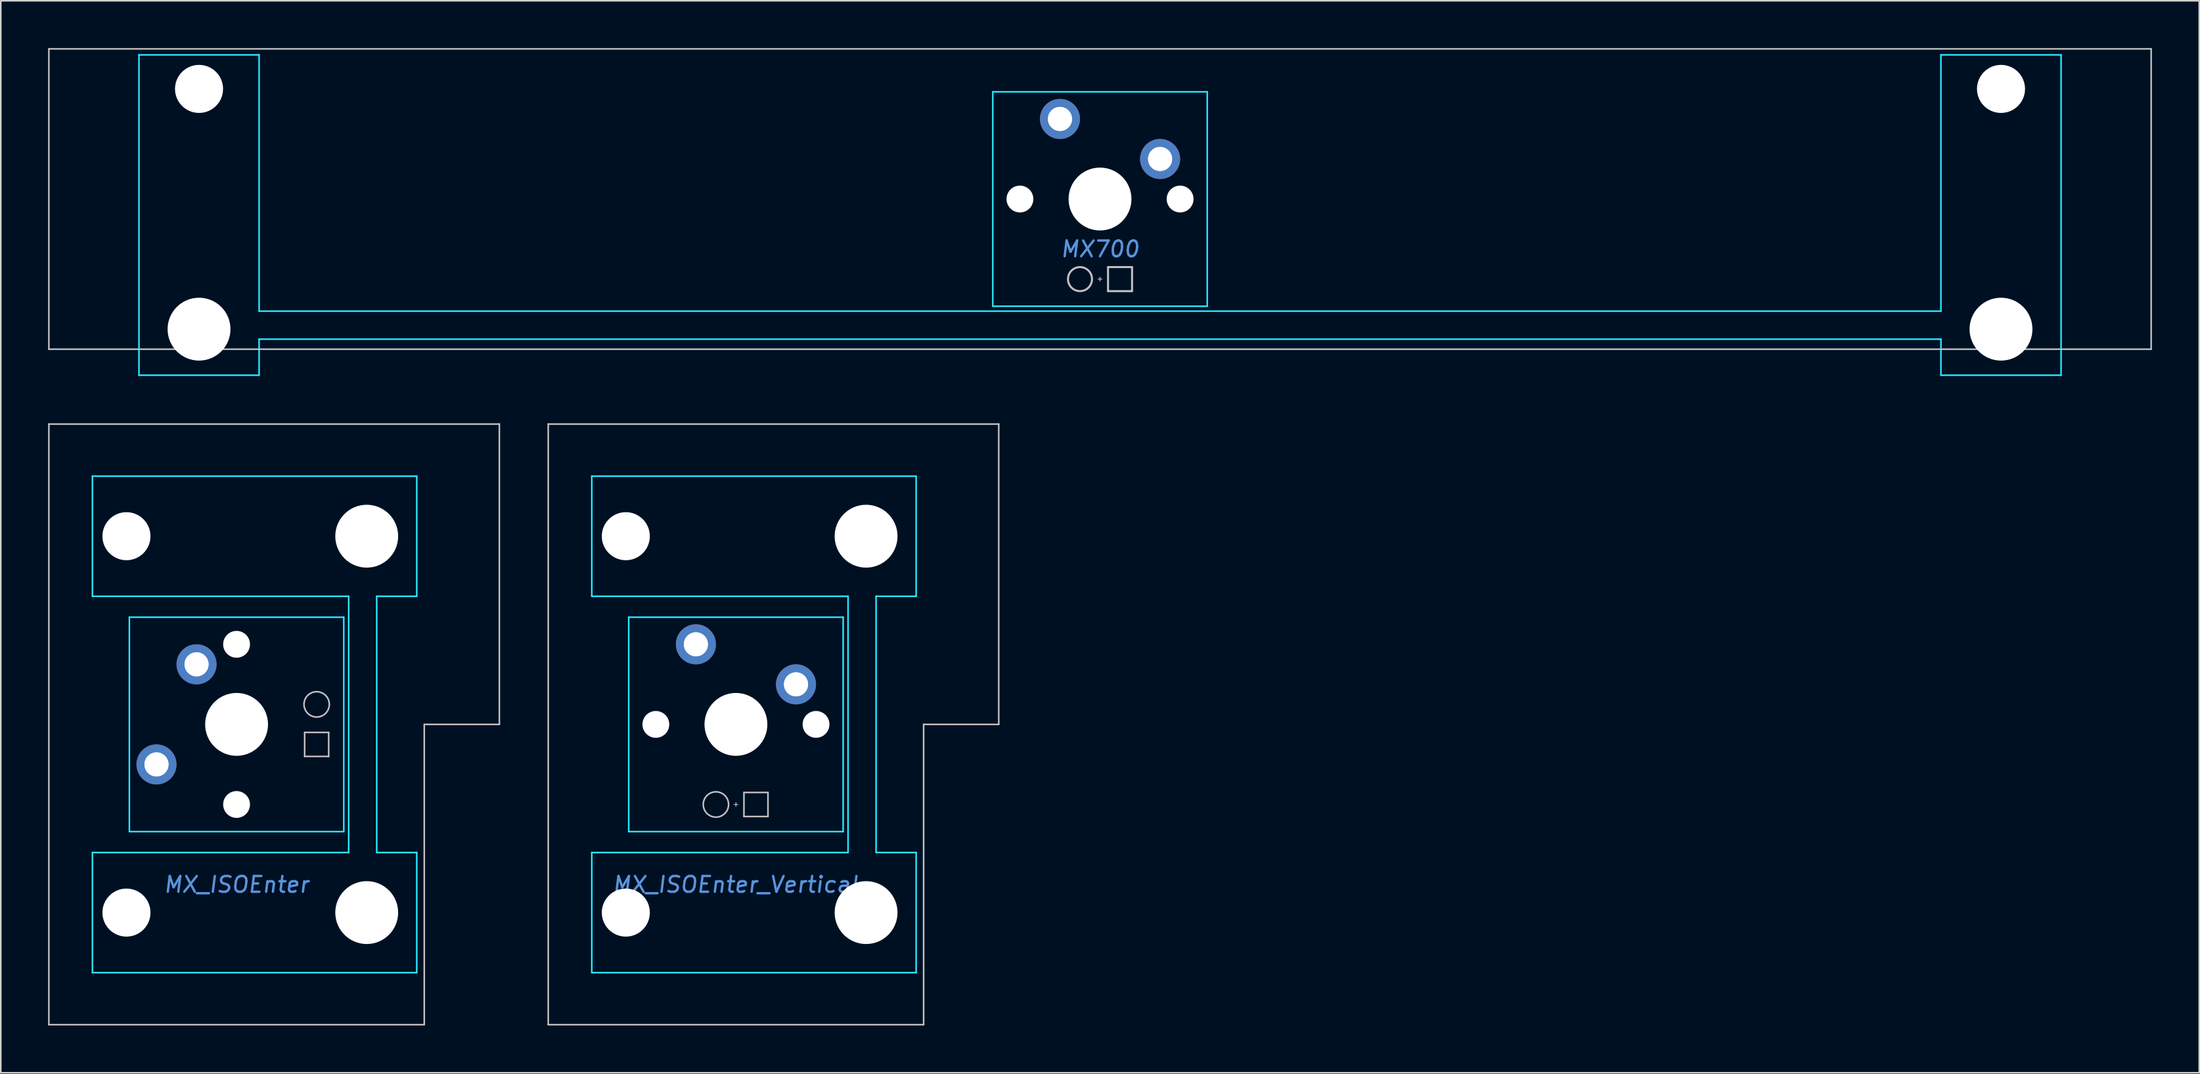
<source format=kicad_pcb>
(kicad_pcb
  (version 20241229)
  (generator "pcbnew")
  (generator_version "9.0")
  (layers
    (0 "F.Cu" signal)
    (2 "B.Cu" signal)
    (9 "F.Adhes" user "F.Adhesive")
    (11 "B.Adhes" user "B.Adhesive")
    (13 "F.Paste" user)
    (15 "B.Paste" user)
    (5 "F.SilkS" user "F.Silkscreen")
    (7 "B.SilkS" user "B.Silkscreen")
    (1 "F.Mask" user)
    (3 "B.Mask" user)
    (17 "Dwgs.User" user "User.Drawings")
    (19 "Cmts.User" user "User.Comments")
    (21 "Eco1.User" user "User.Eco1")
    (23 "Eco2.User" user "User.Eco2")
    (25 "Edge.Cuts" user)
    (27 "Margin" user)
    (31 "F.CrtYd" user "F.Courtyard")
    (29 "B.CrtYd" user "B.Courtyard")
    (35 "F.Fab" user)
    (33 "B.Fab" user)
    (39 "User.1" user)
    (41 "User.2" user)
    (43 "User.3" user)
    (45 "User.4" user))
  (footprint "MX_ISOEnter"
    (layer "F.Cu")
    (at 11.956 42.901)
    (property "Reference" "MX_ISOEnter" (at 0 10.16 0) (layer "Cmts.User") (effects (font (size 1 1) (thickness 0.15) (italic yes))))
    (attr through_hole)
    (fp_line (start -11.906 19.05) (end -11.906 -19.05) (stroke (width 0.1) (type solid)) (layer "Dwgs.User"))
    (fp_line (start -0.127 5.08) (end 0.127 5.08) (stroke (width 0.05) (type solid)) (layer "Dwgs.User"))
    (fp_line (start 0 5.207) (end 0 4.953) (stroke (width 0.05) (type solid)) (layer "Dwgs.User"))
    (fp_line (start 4.318 0.508) (end 4.318 2.032) (stroke (width 0.1) (type solid)) (layer "Dwgs.User"))
    (fp_line (start 4.318 0.508) (end 5.842 0.508) (stroke (width 0.1) (type solid)) (layer "Dwgs.User"))
    (fp_line (start 4.318 2.032) (end 5.842 2.032) (stroke (width 0.1) (type solid)) (layer "Dwgs.User"))
    (fp_line (start 5.842 2.032) (end 5.842 0.508) (stroke (width 0.1) (type solid)) (layer "Dwgs.User"))
    (fp_line (start 11.906 19.05) (end -11.906 19.05) (stroke (width 0.1) (type solid)) (layer "Dwgs.User"))
    (fp_line (start 11.906 19.05) (end 11.906 0) (stroke (width 0.1) (type solid)) (layer "Dwgs.User"))
    (fp_line (start 16.669 -19.05) (end -11.906 -19.05) (stroke (width 0.1) (type solid)) (layer "Dwgs.User"))
    (fp_line (start 16.669 0) (end 11.906 0) (stroke (width 0.1) (type solid)) (layer "Dwgs.User"))
    (fp_line (start 16.669 0) (end 16.669 -19.05) (stroke (width 0.1) (type solid)) (layer "Dwgs.User"))
    (fp_circle (center 5.08 -1.27) (end 5.883 -1.27) (stroke (width 0.1) (type solid)) (fill no) (layer "Dwgs.User"))
    (fp_line (start -9.144 -15.748) (end 11.43 -15.748) (stroke (width 0.1) (type solid)) (layer "B.CrtYd"))
    (fp_line (start -9.144 -8.128) (end -9.144 -15.748) (stroke (width 0.1) (type solid)) (layer "B.CrtYd"))
    (fp_line (start -9.144 -8.128) (end 7.112 -8.128) (stroke (width 0.1) (type solid)) (layer "B.CrtYd"))
    (fp_line (start -9.144 8.128) (end 7.112 8.128) (stroke (width 0.1) (type solid)) (layer "B.CrtYd"))
    (fp_line (start -9.144 15.748) (end -9.144 8.128) (stroke (width 0.1) (type solid)) (layer "B.CrtYd"))
    (fp_line (start -6.8 6.8) (end -6.8 -6.8) (stroke (width 0.1) (type solid)) (layer "B.CrtYd"))
    (fp_line (start 6.8 -6.8) (end -6.8 -6.8) (stroke (width 0.1) (type solid)) (layer "B.CrtYd"))
    (fp_line (start 6.8 6.8) (end -6.8 6.8) (stroke (width 0.1) (type solid)) (layer "B.CrtYd"))
    (fp_line (start 6.8 6.8) (end 6.8 -6.8) (stroke (width 0.1) (type solid)) (layer "B.CrtYd"))
    (fp_line (start 7.112 8.128) (end 7.112 -8.128) (stroke (width 0.1) (type solid)) (layer "B.CrtYd"))
    (fp_line (start 8.89 8.128) (end 8.89 -8.128) (stroke (width 0.1) (type solid)) (layer "B.CrtYd"))
    (fp_line (start 11.43 -15.748) (end 11.43 -8.128) (stroke (width 0.1) (type solid)) (layer "B.CrtYd"))
    (fp_line (start 11.43 -8.128) (end 8.89 -8.128) (stroke (width 0.1) (type solid)) (layer "B.CrtYd"))
    (fp_line (start 11.43 8.128) (end 8.89 8.128) (stroke (width 0.1) (type solid)) (layer "B.CrtYd"))
    (fp_line (start 11.43 8.128) (end 11.43 15.748) (stroke (width 0.1) (type solid)) (layer "B.CrtYd"))
    (fp_line (start 11.43 15.748) (end -9.144 15.748) (stroke (width 0.1) (type solid)) (layer "B.CrtYd"))
    (pad "" np_thru_hole circle (at -6.985 -11.938 90) (size 3.048 3.048) (drill 3.048) (layers "*.Cu" "*.Mask"))
    (pad "" np_thru_hole circle (at -6.985 11.938 90) (size 3.048 3.048) (drill 3.048) (layers "*.Cu" "*.Mask"))
    (pad "" connect circle (at -5.08 2.54) (size 1.524 1.524) (layers "B.Mask"))
    (pad "" connect circle (at -2.54 -3.81) (size 1.524 1.524) (layers "B.Mask"))
    (pad "" np_thru_hole circle (at 0 -5.08) (size 1.702 1.702) (drill 1.702) (layers "*.Cu" "*.Mask"))
    (pad "" np_thru_hole circle (at 0 0) (size 3.988 3.988) (drill 3.988) (layers "*.Cu" "*.Mask"))
    (pad "" np_thru_hole circle (at 0 5.08) (size 1.702 1.702) (drill 1.702) (layers "*.Cu" "*.Mask"))
    (pad "" np_thru_hole circle (at 8.255 -11.938 90) (size 3.988 3.988) (drill 3.988) (layers "*.Cu" "*.Mask"))
    (pad "" np_thru_hole circle (at 8.255 11.938 90) (size 3.988 3.988) (drill 3.988) (layers "*.Cu" "*.Mask"))
    (pad "1" thru_hole circle (at -5.08 2.54) (size 2.032 2.032) (drill 1.524) (layers "B.Cu"))
    (pad "1" thru_hole circle (at -5.08 2.54) (size 2.54 2.54) (drill 1.524) (layers "F.Cu" "F.Mask"))
    (pad "2" thru_hole circle (at -2.54 -3.81) (size 2.032 2.032) (drill 1.524) (layers "B.Cu"))
    (pad "2" thru_hole circle (at -2.54 -3.81) (size 2.54 2.54) (drill 1.524) (layers "F.Cu" "F.Mask")))
  (footprint "MX_ISOEnter_Vertical"
    (layer "F.Cu")
    (at 43.631 42.901)
    (property "Reference" "MX_ISOEnter_Vertical" (at 0 10.16 0) (layer "Cmts.User") (effects (font (size 1 1) (thickness 0.15) (italic yes))))
    (attr through_hole)
    (fp_line (start -11.906 19.05) (end -11.906 -19.05) (stroke (width 0.1) (type solid)) (layer "Dwgs.User"))
    (fp_line (start -0.127 5.08) (end 0.127 5.08) (stroke (width 0.05) (type solid)) (layer "Dwgs.User"))
    (fp_line (start 0 5.207) (end 0 4.953) (stroke (width 0.05) (type solid)) (layer "Dwgs.User"))
    (fp_line (start 0.508 4.318) (end 0.508 5.842) (stroke (width 0.1) (type solid)) (layer "Dwgs.User"))
    (fp_line (start 0.508 4.318) (end 2.032 4.318) (stroke (width 0.1) (type solid)) (layer "Dwgs.User"))
    (fp_line (start 0.508 5.842) (end 2.032 5.842) (stroke (width 0.1) (type solid)) (layer "Dwgs.User"))
    (fp_line (start 2.032 5.842) (end 2.032 4.318) (stroke (width 0.1) (type solid)) (layer "Dwgs.User"))
    (fp_line (start 11.906 19.05) (end -11.906 19.05) (stroke (width 0.1) (type solid)) (layer "Dwgs.User"))
    (fp_line (start 11.906 19.05) (end 11.906 0) (stroke (width 0.1) (type solid)) (layer "Dwgs.User"))
    (fp_line (start 16.669 -19.05) (end -11.906 -19.05) (stroke (width 0.1) (type solid)) (layer "Dwgs.User"))
    (fp_line (start 16.669 0) (end 11.906 0) (stroke (width 0.1) (type solid)) (layer "Dwgs.User"))
    (fp_line (start 16.669 0) (end 16.669 -19.05) (stroke (width 0.1) (type solid)) (layer "Dwgs.User"))
    (fp_circle (center -1.27 5.08) (end -0.467 5.08) (stroke (width 0.1) (type solid)) (fill no) (layer "Dwgs.User"))
    (fp_line (start -9.144 -15.748) (end 11.43 -15.748) (stroke (width 0.1) (type solid)) (layer "B.CrtYd"))
    (fp_line (start -9.144 -8.128) (end -9.144 -15.748) (stroke (width 0.1) (type solid)) (layer "B.CrtYd"))
    (fp_line (start -9.144 -8.128) (end 7.112 -8.128) (stroke (width 0.1) (type solid)) (layer "B.CrtYd"))
    (fp_line (start -9.144 8.128) (end 7.112 8.128) (stroke (width 0.1) (type solid)) (layer "B.CrtYd"))
    (fp_line (start -9.144 15.748) (end -9.144 8.128) (stroke (width 0.1) (type solid)) (layer "B.CrtYd"))
    (fp_line (start -6.8 6.8) (end -6.8 -6.8) (stroke (width 0.1) (type solid)) (layer "B.CrtYd"))
    (fp_line (start 6.8 -6.8) (end -6.8 -6.8) (stroke (width 0.1) (type solid)) (layer "B.CrtYd"))
    (fp_line (start 6.8 6.8) (end -6.8 6.8) (stroke (width 0.1) (type solid)) (layer "B.CrtYd"))
    (fp_line (start 6.8 6.8) (end 6.8 -6.8) (stroke (width 0.1) (type solid)) (layer "B.CrtYd"))
    (fp_line (start 7.112 8.128) (end 7.112 -8.128) (stroke (width 0.1) (type solid)) (layer "B.CrtYd"))
    (fp_line (start 8.89 8.128) (end 8.89 -8.128) (stroke (width 0.1) (type solid)) (layer "B.CrtYd"))
    (fp_line (start 11.43 -15.748) (end 11.43 -8.128) (stroke (width 0.1) (type solid)) (layer "B.CrtYd"))
    (fp_line (start 11.43 -8.128) (end 8.89 -8.128) (stroke (width 0.1) (type solid)) (layer "B.CrtYd"))
    (fp_line (start 11.43 8.128) (end 8.89 8.128) (stroke (width 0.1) (type solid)) (layer "B.CrtYd"))
    (fp_line (start 11.43 8.128) (end 11.43 15.748) (stroke (width 0.1) (type solid)) (layer "B.CrtYd"))
    (fp_line (start 11.43 15.748) (end -9.144 15.748) (stroke (width 0.1) (type solid)) (layer "B.CrtYd"))
    (pad "" np_thru_hole circle (at -6.985 -11.938 90) (size 3.048 3.048) (drill 3.048) (layers "*.Cu" "*.Mask"))
    (pad "" np_thru_hole circle (at -6.985 11.938 90) (size 3.048 3.048) (drill 3.048) (layers "*.Cu" "*.Mask"))
    (pad "" np_thru_hole circle (at -5.08 0) (size 1.702 1.702) (drill 1.702) (layers "*.Cu" "*.Mask"))
    (pad "" connect circle (at -2.54 -5.08) (size 1.524 1.524) (layers "B.Mask"))
    (pad "" np_thru_hole circle (at 0 0) (size 3.988 3.988) (drill 3.988) (layers "*.Cu" "*.Mask"))
    (pad "" connect circle (at 3.81 -2.54) (size 1.524 1.524) (layers "B.Mask"))
    (pad "" np_thru_hole circle (at 5.08 0) (size 1.702 1.702) (drill 1.702) (layers "*.Cu" "*.Mask"))
    (pad "" np_thru_hole circle (at 8.255 -11.938 90) (size 3.988 3.988) (drill 3.988) (layers "*.Cu" "*.Mask"))
    (pad "" np_thru_hole circle (at 8.255 11.938 90) (size 3.988 3.988) (drill 3.988) (layers "*.Cu" "*.Mask"))
    (pad "1" thru_hole circle (at -2.54 -5.08) (size 2.032 2.032) (drill 1.524) (layers "B.Cu"))
    (pad "1" thru_hole circle (at -2.54 -5.08) (size 2.54 2.54) (drill 1.524) (layers "F.Cu" "F.Mask"))
    (pad "2" thru_hole circle (at 3.81 -2.54) (size 2.032 2.032) (drill 1.524) (layers "B.Cu"))
    (pad "2" thru_hole circle (at 3.81 -2.54) (size 2.54 2.54) (drill 1.524) (layers "F.Cu" "F.Mask")))
  (footprint "MX700"
    (layer "F.Cu")
    (at 66.725 9.575)
    (property "Reference" "MX700" (at 0 3.175 0) (layer "Cmts.User") (effects (font (size 1 1) (thickness 0.15) (italic yes))))
    (attr through_hole)
    (fp_line (start -66.675 -9.525) (end -66.675 9.525) (stroke (width 0.1) (type solid)) (layer "Dwgs.User"))
    (fp_line (start -66.675 -9.525) (end 66.675 -9.525) (stroke (width 0.1) (type solid)) (layer "Dwgs.User"))
    (fp_line (start -66.675 9.525) (end 66.675 9.525) (stroke (width 0.1) (type solid)) (layer "Dwgs.User"))
    (fp_line (start -0.127 5.08) (end 0.127 5.08) (stroke (width 0.051) (type solid)) (layer "Dwgs.User"))
    (fp_line (start 0 4.953) (end 0 5.207) (stroke (width 0.051) (type solid)) (layer "Dwgs.User"))
    (fp_line (start 0.508 4.318) (end 0.508 5.842) (stroke (width 0.127) (type solid)) (layer "Dwgs.User"))
    (fp_line (start 0.508 4.318) (end 2.032 4.318) (stroke (width 0.127) (type solid)) (layer "Dwgs.User"))
    (fp_line (start 0.508 5.842) (end 2.032 5.842) (stroke (width 0.127) (type solid)) (layer "Dwgs.User"))
    (fp_line (start 2.032 5.842) (end 2.032 4.318) (stroke (width 0.127) (type solid)) (layer "Dwgs.User"))
    (fp_line (start 66.675 -9.525) (end 66.675 9.525) (stroke (width 0.1) (type solid)) (layer "Dwgs.User"))
    (fp_circle (center -1.27 5.08) (end -0.508 5.08) (stroke (width 0.127) (type solid)) (fill no) (layer "Dwgs.User"))
    (fp_line (start -60.96 -9.144) (end -60.96 11.176) (stroke (width 0.1) (type solid)) (layer "B.CrtYd"))
    (fp_line (start -60.96 -9.144) (end -53.34 -9.144) (stroke (width 0.1) (type solid)) (layer "B.CrtYd"))
    (fp_line (start -60.96 11.176) (end -53.34 11.176) (stroke (width 0.1) (type solid)) (layer "B.CrtYd"))
    (fp_line (start -53.34 7.112) (end -53.34 -9.144) (stroke (width 0.1) (type solid)) (layer "B.CrtYd"))
    (fp_line (start -53.34 7.112) (end 53.34 7.112) (stroke (width 0.1) (type solid)) (layer "B.CrtYd"))
    (fp_line (start -53.34 8.89) (end -53.34 11.176) (stroke (width 0.1) (type solid)) (layer "B.CrtYd"))
    (fp_line (start -53.34 8.89) (end 53.34 8.89) (stroke (width 0.1) (type solid)) (layer "B.CrtYd"))
    (fp_line (start -6.8 -6.8) (end -6.8 6.8) (stroke (width 0.1) (type solid)) (layer "B.CrtYd"))
    (fp_line (start -6.8 -6.8) (end 6.8 -6.8) (stroke (width 0.1) (type solid)) (layer "B.CrtYd"))
    (fp_line (start -6.8 6.8) (end 6.8 6.8) (stroke (width 0.1) (type solid)) (layer "B.CrtYd"))
    (fp_line (start 6.8 6.8) (end 6.8 -6.8) (stroke (width 0.1) (type solid)) (layer "B.CrtYd"))
    (fp_line (start 53.34 -9.144) (end 60.96 -9.144) (stroke (width 0.1) (type solid)) (layer "B.CrtYd"))
    (fp_line (start 53.34 7.112) (end 53.34 -9.144) (stroke (width 0.1) (type solid)) (layer "B.CrtYd"))
    (fp_line (start 53.34 8.89) (end 53.34 11.176) (stroke (width 0.1) (type solid)) (layer "B.CrtYd"))
    (fp_line (start 53.34 11.176) (end 60.96 11.176) (stroke (width 0.1) (type solid)) (layer "B.CrtYd"))
    (fp_line (start 60.96 -9.144) (end 60.96 11.176) (stroke (width 0.1) (type solid)) (layer "B.CrtYd"))
    (pad "" np_thru_hole circle (at -57.15 -6.985 180) (size 3.048 3.048) (drill 3.048) (layers "*.Cu" "*.Mask"))
    (pad "" np_thru_hole circle (at -57.15 8.255 180) (size 3.988 3.988) (drill 3.988) (layers "*.Cu" "*.Mask"))
    (pad "" np_thru_hole circle (at -5.08 0) (size 1.702 1.702) (drill 1.702) (layers "*.Cu" "*.Mask"))
    (pad "" connect circle (at -2.54 -5.08) (size 1.524 1.524) (layers "B.Mask"))
    (pad "" np_thru_hole circle (at 0 0) (size 3.988 3.988) (drill 3.988) (layers "*.Cu" "*.Mask"))
    (pad "" connect circle (at 3.81 -2.54) (size 1.524 1.524) (layers "B.Mask"))
    (pad "" np_thru_hole circle (at 5.08 0) (size 1.702 1.702) (drill 1.702) (layers "*.Cu" "*.Mask"))
    (pad "" np_thru_hole circle (at 57.15 -6.985 180) (size 3.048 3.048) (drill 3.048) (layers "*.Cu" "*.Mask"))
    (pad "" np_thru_hole circle (at 57.15 8.255 180) (size 3.988 3.988) (drill 3.988) (layers "*.Cu" "*.Mask"))
    (pad "1" thru_hole circle (at -2.54 -5.08) (size 2.032 2.032) (drill 1.524) (layers "B.Cu"))
    (pad "1" thru_hole circle (at -2.54 -5.08) (size 2.54 2.54) (drill 1.524) (layers "F.Cu" "F.Mask"))
    (pad "2" thru_hole circle (at 3.81 -2.54) (size 2.032 2.032) (drill 1.524) (layers "B.Cu"))
    (pad "2" thru_hole circle (at 3.81 -2.54) (size 2.54 2.54) (drill 1.524) (layers "F.Cu" "F.Mask")))
  (gr_rect
    (start -3 -3)
    (end 136.45 65.001)
    (stroke (width 0.1) (type default))
    (fill no)
    (layer "Edge.Cuts")))
</source>
